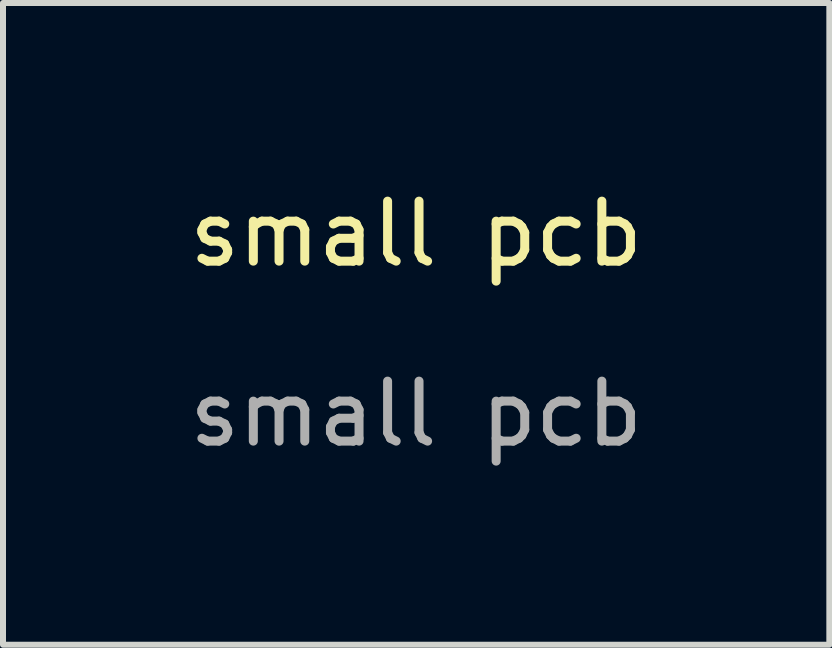
<source format=kicad_pcb>
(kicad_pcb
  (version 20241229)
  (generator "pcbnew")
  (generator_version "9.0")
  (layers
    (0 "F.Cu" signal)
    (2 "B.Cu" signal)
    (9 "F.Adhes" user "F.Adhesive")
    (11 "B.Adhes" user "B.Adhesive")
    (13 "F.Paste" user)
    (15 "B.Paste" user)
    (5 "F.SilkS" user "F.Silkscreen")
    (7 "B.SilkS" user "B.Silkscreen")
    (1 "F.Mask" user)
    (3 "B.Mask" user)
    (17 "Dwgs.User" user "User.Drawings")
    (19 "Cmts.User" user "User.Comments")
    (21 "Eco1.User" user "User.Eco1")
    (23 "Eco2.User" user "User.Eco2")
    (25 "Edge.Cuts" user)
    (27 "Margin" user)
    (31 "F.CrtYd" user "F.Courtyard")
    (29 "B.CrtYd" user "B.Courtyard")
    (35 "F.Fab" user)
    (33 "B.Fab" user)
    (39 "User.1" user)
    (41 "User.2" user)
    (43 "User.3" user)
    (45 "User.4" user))
  (footprint "small pcb"
    (layer "F.Cu")
    (at 3.887 1.348)
    (property "Reference" "small pcb" (at 0 -0.5 0) (unlocked yes) (layer "F.SilkS") (effects (font (size 1 1) (thickness 0.15))))
    (attr smd)
    (fp_text user "${REFERENCE}" (at 0 2.5 0) (unlocked yes) (layer "F.Fab") (effects (font (size 1 1) (thickness 0.15)))))
  (gr_rect
    (start -3 -3)
    (end 10.774 7.697)
    (stroke (width 0.1) (type default))
    (fill no)
    (layer "Edge.Cuts")))
</source>
